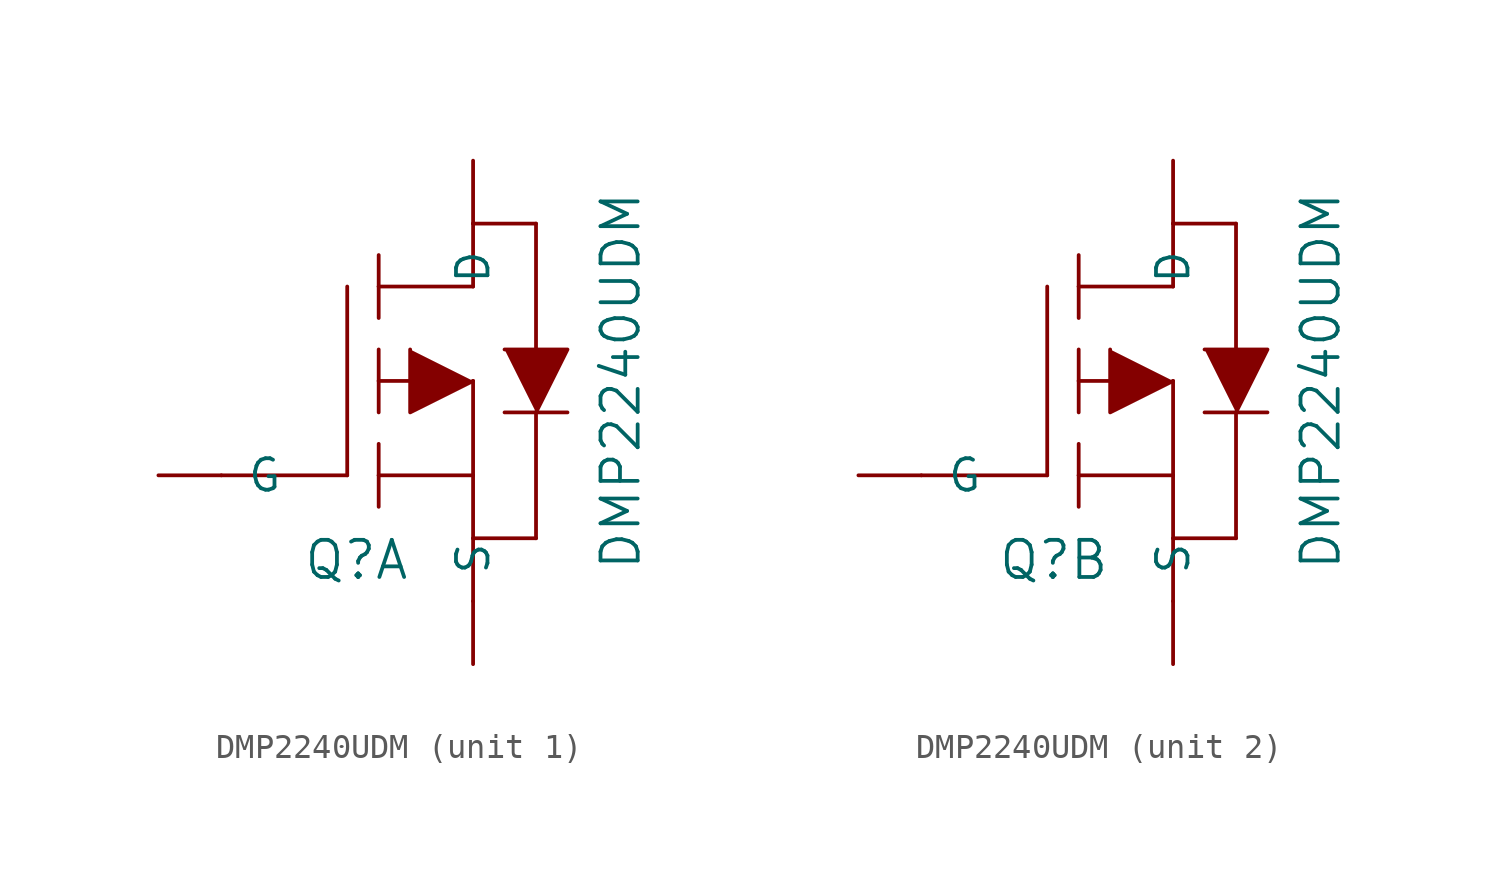
<source format=kicad_sym>
(kicad_symbol_lib
  (version 20211014)
  (generator kicad_symbol_editor)
  (symbol "DMP2240UDM"
    (pin_names
      (offset 1.016))
    (property "Reference" "Q"
      (at 0 -5.08 0)
      (effects (font (size 1.499 1.499)) (justify right top)))
    (property "Value" "DMP2240UDM"
      (at 7.62 1.27 90)
      (effects (font (size 1.499 1.499)) (justify top)))
    (property "ki_locked" ""
      (at 0 0 0)
      (effects (font (size 1.27 1.27))))
    (symbol "DMP2240UDM_1_0"
      (polyline (pts (xy -7.62 -2.54) (xy -2.54 -2.54)) (stroke (width 0) (type default) (color 0 0 0 0)) (fill (type none)))
      (polyline (pts (xy -2.54 -2.54) (xy -2.54 5.08)) (stroke (width 0) (type default) (color 0 0 0 0)) (fill (type none)))
      (polyline (pts (xy -1.27 -3.81) (xy -1.27 -2.54)) (stroke (width 0) (type default) (color 0 0 0 0)) (fill (type none)))
      (polyline (pts (xy -1.27 -2.54) (xy -1.27 -1.27)) (stroke (width 0) (type default) (color 0 0 0 0)) (fill (type none)))
      (polyline (pts (xy -1.27 -2.54) (xy 2.54 -2.54)) (stroke (width 0) (type default) (color 0 0 0 0)) (fill (type none)))
      (polyline (pts (xy -1.27 1.27) (xy -1.27 0)) (stroke (width 0) (type default) (color 0 0 0 0)) (fill (type none)))
      (polyline (pts (xy -1.27 1.27) (xy 0 1.27)) (stroke (width 0) (type default) (color 0 0 0 0)) (fill (type none)))
      (polyline (pts (xy -1.27 2.54) (xy -1.27 1.27)) (stroke (width 0) (type default) (color 0 0 0 0)) (fill (type none)))
      (polyline (pts (xy -1.27 3.81) (xy -1.27 5.08)) (stroke (width 0) (type default) (color 0 0 0 0)) (fill (type none)))
      (polyline (pts (xy -1.27 5.08) (xy -1.27 6.35)) (stroke (width 0) (type default) (color 0 0 0 0)) (fill (type none)))
      (polyline (pts (xy -1.27 5.08) (xy 2.54 5.08)) (stroke (width 0) (type default) (color 0 0 0 0)) (fill (type none)))
      (polyline (pts (xy 2.54 -5.08) (xy 2.54 -7.62)) (stroke (width 0) (type default) (color 0 0 0 0)) (fill (type none)))
      (polyline (pts (xy 2.54 -2.54) (xy 2.54 -5.08)) (stroke (width 0) (type default) (color 0 0 0 0)) (fill (type none)))
      (polyline (pts (xy 2.54 1.27) (xy 2.54 -2.54)) (stroke (width 0) (type default) (color 0 0 0 0)) (fill (type none)))
      (polyline (pts (xy 2.54 5.08) (xy 2.54 7.62)) (stroke (width 0) (type default) (color 0 0 0 0)) (fill (type none)))
      (polyline (pts (xy 2.54 7.62) (xy 5.08 7.62)) (stroke (width 0) (type default) (color 0 0 0 0)) (fill (type none)))
      (polyline (pts (xy 5.08 -5.08) (xy 2.54 -5.08)) (stroke (width 0) (type default) (color 0 0 0 0)) (fill (type none)))
      (polyline (pts (xy 5.08 0) (xy 3.81 0)) (stroke (width 0) (type default) (color 0 0 0 0)) (fill (type none)))
      (polyline (pts (xy 5.08 0) (xy 5.08 -5.08)) (stroke (width 0) (type default) (color 0 0 0 0)) (fill (type none)))
      (polyline (pts (xy 5.08 7.62) (xy 5.08 2.54)) (stroke (width 0) (type default) (color 0 0 0 0)) (fill (type none)))
      (polyline (pts (xy 6.35 0) (xy 5.08 0)) (stroke (width 0) (type default) (color 0 0 0 0)) (fill (type none)))
      (polyline (pts (xy 2.54 1.27) (xy 0 0) (xy 0 2.54)) (stroke (width 0) (type default) (color 0 0 0 0)) (fill (type outline)))
      (polyline (pts (xy 5.08 0) (xy 6.35 2.54) (xy 3.81 2.54)) (stroke (width 0) (type default) (color 0 0 0 0)) (fill (type outline)))
      (pin input line (at -10.16 -2.54 0) (length 2.54) (name "G" (effects (font (size 1.27 1.27)))) (number "1" (effects (font (size 0 0)))))
      (pin passive line (at 2.54 -10.16 90) (length 2.54) (name "S" (effects (font (size 1.27 1.27)))) (number "5" (effects (font (size 0 0)))))
      (pin passive line (at 2.54 10.16 270) (length 2.54) (name "D" (effects (font (size 1.27 1.27)))) (number "6" (effects (font (size 0 0))))))
    (symbol "DMP2240UDM_2_0"
      (polyline (pts (xy -7.62 -2.54) (xy -2.54 -2.54)) (stroke (width 0) (type default) (color 0 0 0 0)) (fill (type none)))
      (polyline (pts (xy -2.54 -2.54) (xy -2.54 5.08)) (stroke (width 0) (type default) (color 0 0 0 0)) (fill (type none)))
      (polyline (pts (xy -1.27 -3.81) (xy -1.27 -2.54)) (stroke (width 0) (type default) (color 0 0 0 0)) (fill (type none)))
      (polyline (pts (xy -1.27 -2.54) (xy -1.27 -1.27)) (stroke (width 0) (type default) (color 0 0 0 0)) (fill (type none)))
      (polyline (pts (xy -1.27 -2.54) (xy 2.54 -2.54)) (stroke (width 0) (type default) (color 0 0 0 0)) (fill (type none)))
      (polyline (pts (xy -1.27 1.27) (xy -1.27 0)) (stroke (width 0) (type default) (color 0 0 0 0)) (fill (type none)))
      (polyline (pts (xy -1.27 1.27) (xy 0 1.27)) (stroke (width 0) (type default) (color 0 0 0 0)) (fill (type none)))
      (polyline (pts (xy -1.27 2.54) (xy -1.27 1.27)) (stroke (width 0) (type default) (color 0 0 0 0)) (fill (type none)))
      (polyline (pts (xy -1.27 3.81) (xy -1.27 5.08)) (stroke (width 0) (type default) (color 0 0 0 0)) (fill (type none)))
      (polyline (pts (xy -1.27 5.08) (xy -1.27 6.35)) (stroke (width 0) (type default) (color 0 0 0 0)) (fill (type none)))
      (polyline (pts (xy -1.27 5.08) (xy 2.54 5.08)) (stroke (width 0) (type default) (color 0 0 0 0)) (fill (type none)))
      (polyline (pts (xy 2.54 -5.08) (xy 2.54 -7.62)) (stroke (width 0) (type default) (color 0 0 0 0)) (fill (type none)))
      (polyline (pts (xy 2.54 -2.54) (xy 2.54 -5.08)) (stroke (width 0) (type default) (color 0 0 0 0)) (fill (type none)))
      (polyline (pts (xy 2.54 1.27) (xy 2.54 -2.54)) (stroke (width 0) (type default) (color 0 0 0 0)) (fill (type none)))
      (polyline (pts (xy 2.54 5.08) (xy 2.54 7.62)) (stroke (width 0) (type default) (color 0 0 0 0)) (fill (type none)))
      (polyline (pts (xy 2.54 7.62) (xy 5.08 7.62)) (stroke (width 0) (type default) (color 0 0 0 0)) (fill (type none)))
      (polyline (pts (xy 5.08 -5.08) (xy 2.54 -5.08)) (stroke (width 0) (type default) (color 0 0 0 0)) (fill (type none)))
      (polyline (pts (xy 5.08 0) (xy 3.81 0)) (stroke (width 0) (type default) (color 0 0 0 0)) (fill (type none)))
      (polyline (pts (xy 5.08 0) (xy 5.08 -5.08)) (stroke (width 0) (type default) (color 0 0 0 0)) (fill (type none)))
      (polyline (pts (xy 5.08 7.62) (xy 5.08 2.54)) (stroke (width 0) (type default) (color 0 0 0 0)) (fill (type none)))
      (polyline (pts (xy 6.35 0) (xy 5.08 0)) (stroke (width 0) (type default) (color 0 0 0 0)) (fill (type none)))
      (polyline (pts (xy 2.54 1.27) (xy 0 0) (xy 0 2.54)) (stroke (width 0) (type default) (color 0 0 0 0)) (fill (type outline)))
      (polyline (pts (xy 5.08 0) (xy 6.35 2.54) (xy 3.81 2.54)) (stroke (width 0) (type default) (color 0 0 0 0)) (fill (type outline)))
      (pin passive line (at 2.54 -10.16 90) (length 2.54) (name "S" (effects (font (size 1.27 1.27)))) (number "2" (effects (font (size 0 0)))))
      (pin input line (at -10.16 -2.54 0) (length 2.54) (name "G" (effects (font (size 1.27 1.27)))) (number "3" (effects (font (size 0 0)))))
      (pin passive line (at 2.54 10.16 270) (length 2.54) (name "D" (effects (font (size 1.27 1.27)))) (number "4" (effects (font (size 0 0))))))))
</source>
